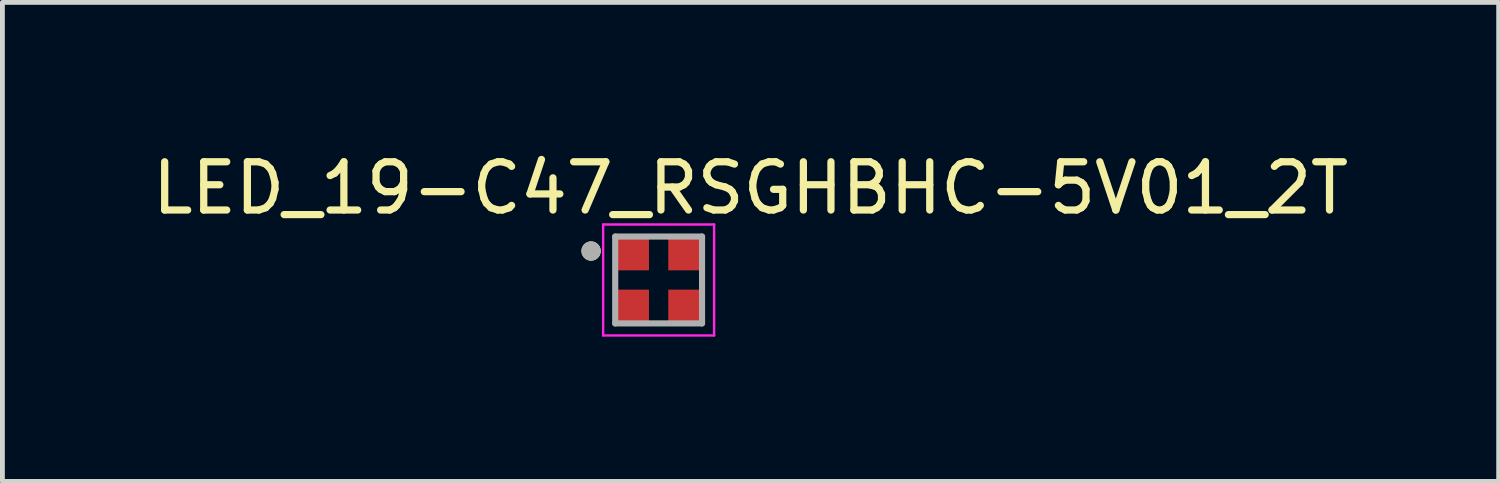
<source format=kicad_pcb>
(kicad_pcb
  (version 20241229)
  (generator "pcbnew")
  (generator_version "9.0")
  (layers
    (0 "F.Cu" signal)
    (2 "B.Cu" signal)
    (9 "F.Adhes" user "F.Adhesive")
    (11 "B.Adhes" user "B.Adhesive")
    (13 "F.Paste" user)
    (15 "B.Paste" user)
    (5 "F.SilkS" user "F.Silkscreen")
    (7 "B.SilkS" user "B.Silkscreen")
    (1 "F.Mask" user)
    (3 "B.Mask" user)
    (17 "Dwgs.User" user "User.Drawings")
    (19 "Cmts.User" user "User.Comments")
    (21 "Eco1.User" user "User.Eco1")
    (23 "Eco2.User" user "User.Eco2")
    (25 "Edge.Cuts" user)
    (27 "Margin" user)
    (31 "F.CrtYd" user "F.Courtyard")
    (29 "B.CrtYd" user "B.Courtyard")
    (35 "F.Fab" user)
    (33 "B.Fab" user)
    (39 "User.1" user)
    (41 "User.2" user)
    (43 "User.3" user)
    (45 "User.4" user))
  (footprint "LED_19-C47_RSGHBHC-5V01_2T"
    (layer "F.Cu")
    (at 10.601 2.753)
    (property "Reference" "LED_19-C47_RSGHBHC-5V01_2T" (at 1.905 -1.905 0) (layer "F.SilkS") (effects (font (size 1 1) (thickness 0.15))))
    (attr smd)
    (fp_circle (center -1.4 -0.6) (end -1.3 -0.6) (stroke (width 0.2) (type solid)) (fill no) (layer "F.SilkS"))
    (fp_line (start -1.15 -1.15) (end 1.15 -1.15) (stroke (width 0.05) (type solid)) (layer "F.CrtYd"))
    (fp_line (start -1.15 1.15) (end -1.15 -1.15) (stroke (width 0.05) (type solid)) (layer "F.CrtYd"))
    (fp_line (start 1.15 -1.15) (end 1.15 1.15) (stroke (width 0.05) (type solid)) (layer "F.CrtYd"))
    (fp_line (start 1.15 1.15) (end -1.15 1.15) (stroke (width 0.05) (type solid)) (layer "F.CrtYd"))
    (fp_line (start -0.9 -0.9) (end 0.9 -0.9) (stroke (width 0.127) (type solid)) (layer "F.Fab"))
    (fp_line (start -0.9 0.9) (end -0.9 -0.9) (stroke (width 0.127) (type solid)) (layer "F.Fab"))
    (fp_line (start 0.9 -0.9) (end 0.9 0.9) (stroke (width 0.127) (type solid)) (layer "F.Fab"))
    (fp_line (start 0.9 0.9) (end -0.9 0.9) (stroke (width 0.127) (type solid)) (layer "F.Fab"))
    (fp_circle (center -1.4 -0.6) (end -1.3 -0.6) (stroke (width 0.2) (type solid)) (fill no) (layer "F.Fab"))
    (pad "1" smd rect (at -0.55 -0.55) (size 0.7 0.7) (layers "F.Cu" "F.Mask" "F.Paste"))
    (pad "2" smd rect (at 0.55 -0.55) (size 0.7 0.7) (layers "F.Cu" "F.Mask" "F.Paste"))
    (pad "3" smd rect (at 0.55 0.55) (size 0.7 0.7) (layers "F.Cu" "F.Mask" "F.Paste"))
    (pad "4" smd rect (at -0.55 0.55) (size 0.7 0.7) (layers "F.Cu" "F.Mask" "F.Paste")))
  (gr_rect
    (start -3 -3)
    (end 28.012 6.928)
    (stroke (width 0.1) (type default))
    (fill no)
    (layer "Edge.Cuts")))
</source>
